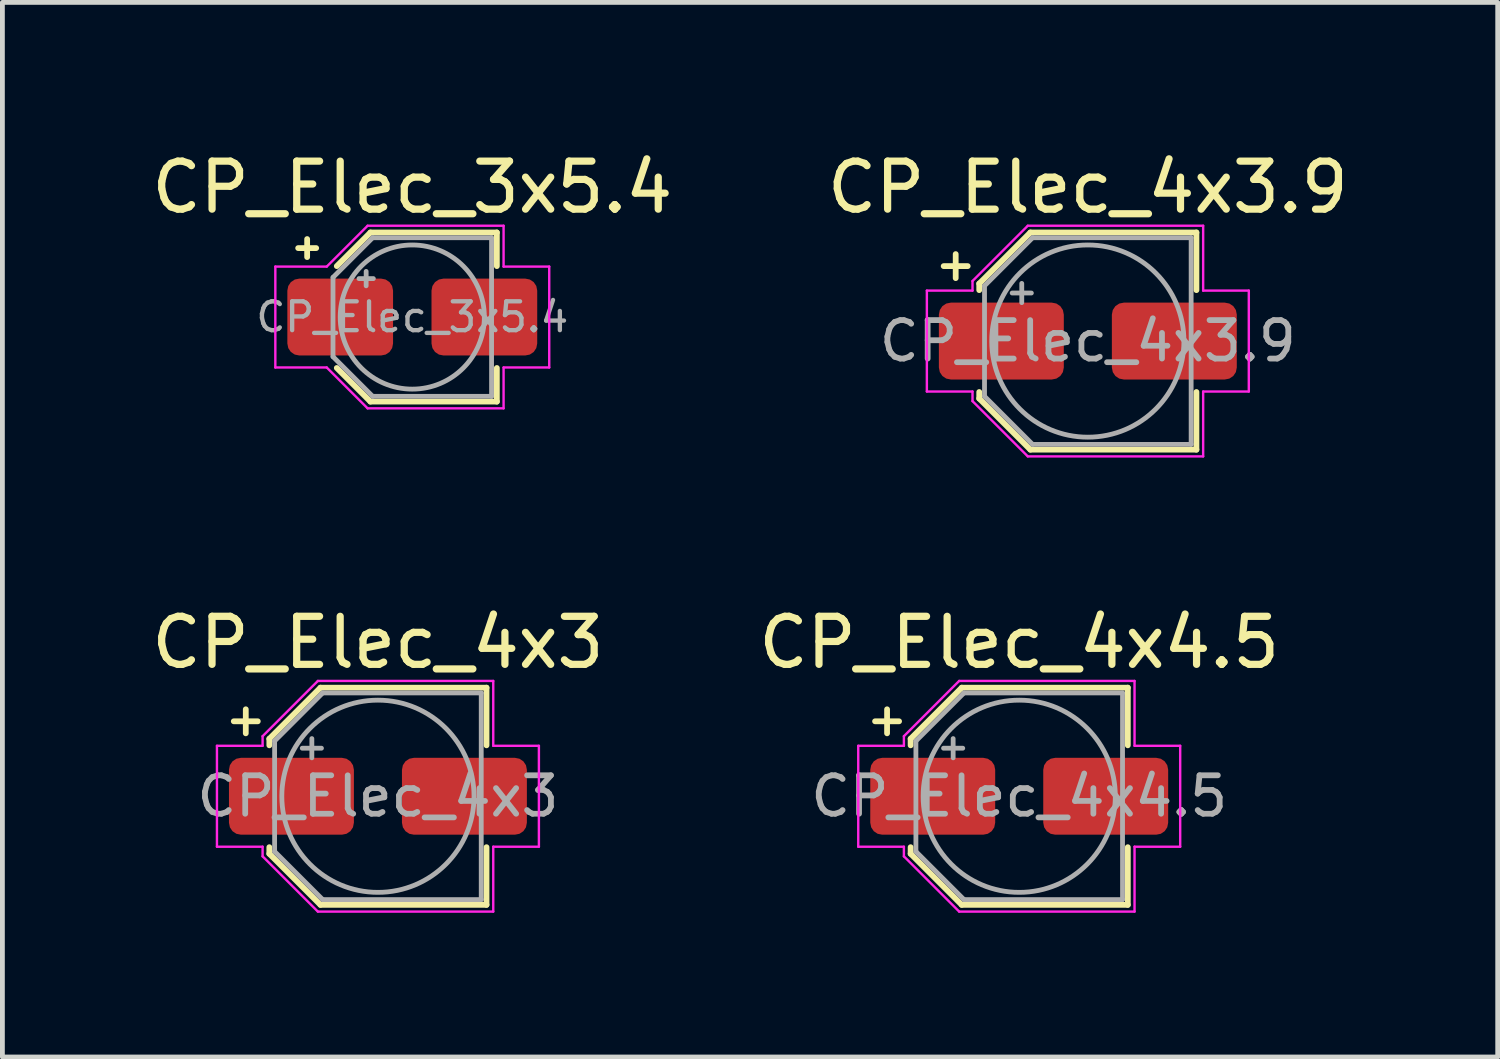
<source format=kicad_pcb>
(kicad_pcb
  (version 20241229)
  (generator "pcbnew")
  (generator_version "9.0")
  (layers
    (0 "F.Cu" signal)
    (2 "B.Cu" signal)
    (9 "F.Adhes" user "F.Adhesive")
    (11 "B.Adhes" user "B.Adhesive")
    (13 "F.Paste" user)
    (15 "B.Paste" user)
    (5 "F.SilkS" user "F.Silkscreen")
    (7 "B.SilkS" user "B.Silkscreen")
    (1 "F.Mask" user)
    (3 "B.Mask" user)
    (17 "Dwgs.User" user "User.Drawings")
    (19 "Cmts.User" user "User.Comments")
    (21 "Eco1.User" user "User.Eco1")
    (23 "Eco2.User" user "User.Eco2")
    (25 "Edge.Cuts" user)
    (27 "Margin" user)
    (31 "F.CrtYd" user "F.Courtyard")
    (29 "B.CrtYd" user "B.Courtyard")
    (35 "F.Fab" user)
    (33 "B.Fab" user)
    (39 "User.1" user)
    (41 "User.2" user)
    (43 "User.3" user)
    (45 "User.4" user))
  (footprint "CP_Elec_4x3.9"
    (layer "F.Cu")
    (at 19.589 4.048)
    (property "Reference" "CP_Elec_4x3.9" (at 0 -3.2 0) (layer "F.SilkS") (effects (font (size 1 1) (thickness 0.15))))
    (attr smd)
    (fp_line (start -3 -1.56) (end -2.5 -1.56) (stroke (width 0.12) (type solid)) (layer "F.SilkS"))
    (fp_line (start -2.75 -1.81) (end -2.75 -1.31) (stroke (width 0.12) (type solid)) (layer "F.SilkS"))
    (fp_line (start -2.26 -1.196) (end -2.26 -1.06) (stroke (width 0.12) (type solid)) (layer "F.SilkS"))
    (fp_line (start -2.26 -1.196) (end -1.196 -2.26) (stroke (width 0.12) (type solid)) (layer "F.SilkS"))
    (fp_line (start -2.26 1.196) (end -2.26 1.06) (stroke (width 0.12) (type solid)) (layer "F.SilkS"))
    (fp_line (start -2.26 1.196) (end -1.196 2.26) (stroke (width 0.12) (type solid)) (layer "F.SilkS"))
    (fp_line (start -1.196 -2.26) (end 2.26 -2.26) (stroke (width 0.12) (type solid)) (layer "F.SilkS"))
    (fp_line (start -1.196 2.26) (end 2.26 2.26) (stroke (width 0.12) (type solid)) (layer "F.SilkS"))
    (fp_line (start 2.26 -2.26) (end 2.26 -1.06) (stroke (width 0.12) (type solid)) (layer "F.SilkS"))
    (fp_line (start 2.26 2.26) (end 2.26 1.06) (stroke (width 0.12) (type solid)) (layer "F.SilkS"))
    (fp_line (start -3.35 -1.05) (end -3.35 1.05) (stroke (width 0.05) (type solid)) (layer "F.CrtYd"))
    (fp_line (start -3.35 1.05) (end -2.4 1.05) (stroke (width 0.05) (type solid)) (layer "F.CrtYd"))
    (fp_line (start -2.4 -1.25) (end -2.4 -1.05) (stroke (width 0.05) (type solid)) (layer "F.CrtYd"))
    (fp_line (start -2.4 -1.25) (end -1.25 -2.4) (stroke (width 0.05) (type solid)) (layer "F.CrtYd"))
    (fp_line (start -2.4 -1.05) (end -3.35 -1.05) (stroke (width 0.05) (type solid)) (layer "F.CrtYd"))
    (fp_line (start -2.4 1.05) (end -2.4 1.25) (stroke (width 0.05) (type solid)) (layer "F.CrtYd"))
    (fp_line (start -2.4 1.25) (end -1.25 2.4) (stroke (width 0.05) (type solid)) (layer "F.CrtYd"))
    (fp_line (start -1.25 -2.4) (end 2.4 -2.4) (stroke (width 0.05) (type solid)) (layer "F.CrtYd"))
    (fp_line (start -1.25 2.4) (end 2.4 2.4) (stroke (width 0.05) (type solid)) (layer "F.CrtYd"))
    (fp_line (start 2.4 -2.4) (end 2.4 -1.05) (stroke (width 0.05) (type solid)) (layer "F.CrtYd"))
    (fp_line (start 2.4 -1.05) (end 3.35 -1.05) (stroke (width 0.05) (type solid)) (layer "F.CrtYd"))
    (fp_line (start 2.4 1.05) (end 2.4 2.4) (stroke (width 0.05) (type solid)) (layer "F.CrtYd"))
    (fp_line (start 3.35 -1.05) (end 3.35 1.05) (stroke (width 0.05) (type solid)) (layer "F.CrtYd"))
    (fp_line (start 3.35 1.05) (end 2.4 1.05) (stroke (width 0.05) (type solid)) (layer "F.CrtYd"))
    (fp_line (start -2.15 -1.15) (end -2.15 1.15) (stroke (width 0.1) (type solid)) (layer "F.Fab"))
    (fp_line (start -2.15 -1.15) (end -1.15 -2.15) (stroke (width 0.1) (type solid)) (layer "F.Fab"))
    (fp_line (start -2.15 1.15) (end -1.15 2.15) (stroke (width 0.1) (type solid)) (layer "F.Fab"))
    (fp_line (start -1.575 -1) (end -1.175 -1) (stroke (width 0.1) (type solid)) (layer "F.Fab"))
    (fp_line (start -1.375 -1.2) (end -1.375 -0.8) (stroke (width 0.1) (type solid)) (layer "F.Fab"))
    (fp_line (start -1.15 -2.15) (end 2.15 -2.15) (stroke (width 0.1) (type solid)) (layer "F.Fab"))
    (fp_line (start -1.15 2.15) (end 2.15 2.15) (stroke (width 0.1) (type solid)) (layer "F.Fab"))
    (fp_line (start 2.15 -2.15) (end 2.15 2.15) (stroke (width 0.1) (type solid)) (layer "F.Fab"))
    (fp_circle (center 0 0) (end 2 0) (stroke (width 0.1) (type solid)) (fill no) (layer "F.Fab"))
    (fp_text user "${REFERENCE}" (at 0 0 0) (layer "F.Fab") (effects (font (size 0.8 0.8) (thickness 0.12))))
    (pad "1" smd roundrect (at -1.8 0) (size 2.6 1.6) (layers "F.Cu" "F.Mask" "F.Paste") (roundrect_rratio 0.156))
    (pad "2" smd roundrect (at 1.8 0) (size 2.6 1.6) (layers "F.Cu" "F.Mask" "F.Paste") (roundrect_rratio 0.156)))
  (footprint "CP_Elec_4x4.5"
    (layer "F.Cu")
    (at 18.161 13.521)
    (property "Reference" "CP_Elec_4x4.5" (at 0 -3.2 0) (layer "F.SilkS") (effects (font (size 1 1) (thickness 0.15))))
    (attr smd)
    (fp_line (start -3 -1.56) (end -2.5 -1.56) (stroke (width 0.12) (type solid)) (layer "F.SilkS"))
    (fp_line (start -2.75 -1.81) (end -2.75 -1.31) (stroke (width 0.12) (type solid)) (layer "F.SilkS"))
    (fp_line (start -2.26 -1.196) (end -2.26 -1.06) (stroke (width 0.12) (type solid)) (layer "F.SilkS"))
    (fp_line (start -2.26 -1.196) (end -1.196 -2.26) (stroke (width 0.12) (type solid)) (layer "F.SilkS"))
    (fp_line (start -2.26 1.196) (end -2.26 1.06) (stroke (width 0.12) (type solid)) (layer "F.SilkS"))
    (fp_line (start -2.26 1.196) (end -1.196 2.26) (stroke (width 0.12) (type solid)) (layer "F.SilkS"))
    (fp_line (start -1.196 -2.26) (end 2.26 -2.26) (stroke (width 0.12) (type solid)) (layer "F.SilkS"))
    (fp_line (start -1.196 2.26) (end 2.26 2.26) (stroke (width 0.12) (type solid)) (layer "F.SilkS"))
    (fp_line (start 2.26 -2.26) (end 2.26 -1.06) (stroke (width 0.12) (type solid)) (layer "F.SilkS"))
    (fp_line (start 2.26 2.26) (end 2.26 1.06) (stroke (width 0.12) (type solid)) (layer "F.SilkS"))
    (fp_line (start -3.35 -1.05) (end -3.35 1.05) (stroke (width 0.05) (type solid)) (layer "F.CrtYd"))
    (fp_line (start -3.35 1.05) (end -2.4 1.05) (stroke (width 0.05) (type solid)) (layer "F.CrtYd"))
    (fp_line (start -2.4 -1.25) (end -2.4 -1.05) (stroke (width 0.05) (type solid)) (layer "F.CrtYd"))
    (fp_line (start -2.4 -1.25) (end -1.25 -2.4) (stroke (width 0.05) (type solid)) (layer "F.CrtYd"))
    (fp_line (start -2.4 -1.05) (end -3.35 -1.05) (stroke (width 0.05) (type solid)) (layer "F.CrtYd"))
    (fp_line (start -2.4 1.05) (end -2.4 1.25) (stroke (width 0.05) (type solid)) (layer "F.CrtYd"))
    (fp_line (start -2.4 1.25) (end -1.25 2.4) (stroke (width 0.05) (type solid)) (layer "F.CrtYd"))
    (fp_line (start -1.25 -2.4) (end 2.4 -2.4) (stroke (width 0.05) (type solid)) (layer "F.CrtYd"))
    (fp_line (start -1.25 2.4) (end 2.4 2.4) (stroke (width 0.05) (type solid)) (layer "F.CrtYd"))
    (fp_line (start 2.4 -2.4) (end 2.4 -1.05) (stroke (width 0.05) (type solid)) (layer "F.CrtYd"))
    (fp_line (start 2.4 -1.05) (end 3.35 -1.05) (stroke (width 0.05) (type solid)) (layer "F.CrtYd"))
    (fp_line (start 2.4 1.05) (end 2.4 2.4) (stroke (width 0.05) (type solid)) (layer "F.CrtYd"))
    (fp_line (start 3.35 -1.05) (end 3.35 1.05) (stroke (width 0.05) (type solid)) (layer "F.CrtYd"))
    (fp_line (start 3.35 1.05) (end 2.4 1.05) (stroke (width 0.05) (type solid)) (layer "F.CrtYd"))
    (fp_line (start -2.15 -1.15) (end -2.15 1.15) (stroke (width 0.1) (type solid)) (layer "F.Fab"))
    (fp_line (start -2.15 -1.15) (end -1.15 -2.15) (stroke (width 0.1) (type solid)) (layer "F.Fab"))
    (fp_line (start -2.15 1.15) (end -1.15 2.15) (stroke (width 0.1) (type solid)) (layer "F.Fab"))
    (fp_line (start -1.575 -1) (end -1.175 -1) (stroke (width 0.1) (type solid)) (layer "F.Fab"))
    (fp_line (start -1.375 -1.2) (end -1.375 -0.8) (stroke (width 0.1) (type solid)) (layer "F.Fab"))
    (fp_line (start -1.15 -2.15) (end 2.15 -2.15) (stroke (width 0.1) (type solid)) (layer "F.Fab"))
    (fp_line (start -1.15 2.15) (end 2.15 2.15) (stroke (width 0.1) (type solid)) (layer "F.Fab"))
    (fp_line (start 2.15 -2.15) (end 2.15 2.15) (stroke (width 0.1) (type solid)) (layer "F.Fab"))
    (fp_circle (center 0 0) (end 2 0) (stroke (width 0.1) (type solid)) (fill no) (layer "F.Fab"))
    (fp_text user "${REFERENCE}" (at 0 0 0) (layer "F.Fab") (effects (font (size 0.8 0.8) (thickness 0.12))))
    (pad "1" smd roundrect (at -1.8 0) (size 2.6 1.6) (layers "F.Cu" "F.Mask" "F.Paste") (roundrect_rratio 0.156))
    (pad "2" smd roundrect (at 1.8 0) (size 2.6 1.6) (layers "F.Cu" "F.Mask" "F.Paste") (roundrect_rratio 0.156)))
  (footprint "CP_Elec_4x3"
    (layer "F.Cu")
    (at 4.815 13.521)
    (property "Reference" "CP_Elec_4x3" (at 0 -3.2 0) (layer "F.SilkS") (effects (font (size 1 1) (thickness 0.15))))
    (attr smd)
    (fp_line (start -3 -1.56) (end -2.5 -1.56) (stroke (width 0.12) (type solid)) (layer "F.SilkS"))
    (fp_line (start -2.75 -1.81) (end -2.75 -1.31) (stroke (width 0.12) (type solid)) (layer "F.SilkS"))
    (fp_line (start -2.26 -1.196) (end -2.26 -1.06) (stroke (width 0.12) (type solid)) (layer "F.SilkS"))
    (fp_line (start -2.26 -1.196) (end -1.196 -2.26) (stroke (width 0.12) (type solid)) (layer "F.SilkS"))
    (fp_line (start -2.26 1.196) (end -2.26 1.06) (stroke (width 0.12) (type solid)) (layer "F.SilkS"))
    (fp_line (start -2.26 1.196) (end -1.196 2.26) (stroke (width 0.12) (type solid)) (layer "F.SilkS"))
    (fp_line (start -1.196 -2.26) (end 2.26 -2.26) (stroke (width 0.12) (type solid)) (layer "F.SilkS"))
    (fp_line (start -1.196 2.26) (end 2.26 2.26) (stroke (width 0.12) (type solid)) (layer "F.SilkS"))
    (fp_line (start 2.26 -2.26) (end 2.26 -1.06) (stroke (width 0.12) (type solid)) (layer "F.SilkS"))
    (fp_line (start 2.26 2.26) (end 2.26 1.06) (stroke (width 0.12) (type solid)) (layer "F.SilkS"))
    (fp_line (start -3.35 -1.05) (end -3.35 1.05) (stroke (width 0.05) (type solid)) (layer "F.CrtYd"))
    (fp_line (start -3.35 1.05) (end -2.4 1.05) (stroke (width 0.05) (type solid)) (layer "F.CrtYd"))
    (fp_line (start -2.4 -1.25) (end -2.4 -1.05) (stroke (width 0.05) (type solid)) (layer "F.CrtYd"))
    (fp_line (start -2.4 -1.25) (end -1.25 -2.4) (stroke (width 0.05) (type solid)) (layer "F.CrtYd"))
    (fp_line (start -2.4 -1.05) (end -3.35 -1.05) (stroke (width 0.05) (type solid)) (layer "F.CrtYd"))
    (fp_line (start -2.4 1.05) (end -2.4 1.25) (stroke (width 0.05) (type solid)) (layer "F.CrtYd"))
    (fp_line (start -2.4 1.25) (end -1.25 2.4) (stroke (width 0.05) (type solid)) (layer "F.CrtYd"))
    (fp_line (start -1.25 -2.4) (end 2.4 -2.4) (stroke (width 0.05) (type solid)) (layer "F.CrtYd"))
    (fp_line (start -1.25 2.4) (end 2.4 2.4) (stroke (width 0.05) (type solid)) (layer "F.CrtYd"))
    (fp_line (start 2.4 -2.4) (end 2.4 -1.05) (stroke (width 0.05) (type solid)) (layer "F.CrtYd"))
    (fp_line (start 2.4 -1.05) (end 3.35 -1.05) (stroke (width 0.05) (type solid)) (layer "F.CrtYd"))
    (fp_line (start 2.4 1.05) (end 2.4 2.4) (stroke (width 0.05) (type solid)) (layer "F.CrtYd"))
    (fp_line (start 3.35 -1.05) (end 3.35 1.05) (stroke (width 0.05) (type solid)) (layer "F.CrtYd"))
    (fp_line (start 3.35 1.05) (end 2.4 1.05) (stroke (width 0.05) (type solid)) (layer "F.CrtYd"))
    (fp_line (start -2.15 -1.15) (end -2.15 1.15) (stroke (width 0.1) (type solid)) (layer "F.Fab"))
    (fp_line (start -2.15 -1.15) (end -1.15 -2.15) (stroke (width 0.1) (type solid)) (layer "F.Fab"))
    (fp_line (start -2.15 1.15) (end -1.15 2.15) (stroke (width 0.1) (type solid)) (layer "F.Fab"))
    (fp_line (start -1.575 -1) (end -1.175 -1) (stroke (width 0.1) (type solid)) (layer "F.Fab"))
    (fp_line (start -1.375 -1.2) (end -1.375 -0.8) (stroke (width 0.1) (type solid)) (layer "F.Fab"))
    (fp_line (start -1.15 -2.15) (end 2.15 -2.15) (stroke (width 0.1) (type solid)) (layer "F.Fab"))
    (fp_line (start -1.15 2.15) (end 2.15 2.15) (stroke (width 0.1) (type solid)) (layer "F.Fab"))
    (fp_line (start 2.15 -2.15) (end 2.15 2.15) (stroke (width 0.1) (type solid)) (layer "F.Fab"))
    (fp_circle (center 0 0) (end 2 0) (stroke (width 0.1) (type solid)) (fill no) (layer "F.Fab"))
    (fp_text user "${REFERENCE}" (at 0 0 0) (layer "F.Fab") (effects (font (size 0.8 0.8) (thickness 0.12))))
    (pad "1" smd roundrect (at -1.8 0) (size 2.6 1.6) (layers "F.Cu" "F.Mask" "F.Paste") (roundrect_rratio 0.156))
    (pad "2" smd roundrect (at 1.8 0) (size 2.6 1.6) (layers "F.Cu" "F.Mask" "F.Paste") (roundrect_rratio 0.156)))
  (footprint "CP_Elec_3x5.4"
    (layer "F.Cu")
    (at 5.53 3.548)
    (property "Reference" "CP_Elec_3x5.4" (at 0 -2.7 0) (layer "F.SilkS") (effects (font (size 1 1) (thickness 0.15))))
    (attr smd)
    (fp_line (start -2.375 -1.435) (end -2 -1.435) (stroke (width 0.12) (type solid)) (layer "F.SilkS"))
    (fp_line (start -2.188 -1.623) (end -2.188 -1.248) (stroke (width 0.12) (type solid)) (layer "F.SilkS"))
    (fp_line (start -1.571 -1.06) (end -0.871 -1.76) (stroke (width 0.12) (type solid)) (layer "F.SilkS"))
    (fp_line (start -1.571 1.06) (end -0.871 1.76) (stroke (width 0.12) (type solid)) (layer "F.SilkS"))
    (fp_line (start -0.871 -1.76) (end 1.76 -1.76) (stroke (width 0.12) (type solid)) (layer "F.SilkS"))
    (fp_line (start -0.871 1.76) (end 1.76 1.76) (stroke (width 0.12) (type solid)) (layer "F.SilkS"))
    (fp_line (start 1.76 -1.76) (end 1.76 -1.06) (stroke (width 0.12) (type solid)) (layer "F.SilkS"))
    (fp_line (start 1.76 1.76) (end 1.76 1.06) (stroke (width 0.12) (type solid)) (layer "F.SilkS"))
    (fp_line (start -2.85 -1.05) (end -2.85 1.05) (stroke (width 0.05) (type solid)) (layer "F.CrtYd"))
    (fp_line (start -2.85 1.05) (end -1.78 1.05) (stroke (width 0.05) (type solid)) (layer "F.CrtYd"))
    (fp_line (start -1.78 -1.05) (end -2.85 -1.05) (stroke (width 0.05) (type solid)) (layer "F.CrtYd"))
    (fp_line (start -1.78 -1.05) (end -0.93 -1.9) (stroke (width 0.05) (type solid)) (layer "F.CrtYd"))
    (fp_line (start -1.78 1.05) (end -0.93 1.9) (stroke (width 0.05) (type solid)) (layer "F.CrtYd"))
    (fp_line (start -0.93 -1.9) (end 1.9 -1.9) (stroke (width 0.05) (type solid)) (layer "F.CrtYd"))
    (fp_line (start -0.93 1.9) (end 1.9 1.9) (stroke (width 0.05) (type solid)) (layer "F.CrtYd"))
    (fp_line (start 1.9 -1.9) (end 1.9 -1.05) (stroke (width 0.05) (type solid)) (layer "F.CrtYd"))
    (fp_line (start 1.9 -1.05) (end 2.85 -1.05) (stroke (width 0.05) (type solid)) (layer "F.CrtYd"))
    (fp_line (start 1.9 1.05) (end 1.9 1.9) (stroke (width 0.05) (type solid)) (layer "F.CrtYd"))
    (fp_line (start 2.85 -1.05) (end 2.85 1.05) (stroke (width 0.05) (type solid)) (layer "F.CrtYd"))
    (fp_line (start 2.85 1.05) (end 1.9 1.05) (stroke (width 0.05) (type solid)) (layer "F.CrtYd"))
    (fp_line (start -1.65 -0.825) (end -1.65 0.825) (stroke (width 0.1) (type solid)) (layer "F.Fab"))
    (fp_line (start -1.65 -0.825) (end -0.825 -1.65) (stroke (width 0.1) (type solid)) (layer "F.Fab"))
    (fp_line (start -1.65 0.825) (end -0.825 1.65) (stroke (width 0.1) (type solid)) (layer "F.Fab"))
    (fp_line (start -1.11 -0.8) (end -0.81 -0.8) (stroke (width 0.1) (type solid)) (layer "F.Fab"))
    (fp_line (start -0.96 -0.95) (end -0.96 -0.65) (stroke (width 0.1) (type solid)) (layer "F.Fab"))
    (fp_line (start -0.825 -1.65) (end 1.65 -1.65) (stroke (width 0.1) (type solid)) (layer "F.Fab"))
    (fp_line (start -0.825 1.65) (end 1.65 1.65) (stroke (width 0.1) (type solid)) (layer "F.Fab"))
    (fp_line (start 1.65 -1.65) (end 1.65 1.65) (stroke (width 0.1) (type solid)) (layer "F.Fab"))
    (fp_circle (center 0 0) (end 1.5 0) (stroke (width 0.1) (type solid)) (fill no) (layer "F.Fab"))
    (fp_text user "${REFERENCE}" (at 0 0 0) (layer "F.Fab") (effects (font (size 0.6 0.6) (thickness 0.09))))
    (pad "1" smd roundrect (at -1.5 0) (size 2.2 1.6) (layers "F.Cu" "F.Mask" "F.Paste") (roundrect_rratio 0.156))
    (pad "2" smd roundrect (at 1.5 0) (size 2.2 1.6) (layers "F.Cu" "F.Mask" "F.Paste") (roundrect_rratio 0.156)))
  (gr_rect
    (start -3 -3)
    (end 28.119 18.947)
    (stroke (width 0.1) (type default))
    (fill no)
    (layer "Edge.Cuts")))
</source>
